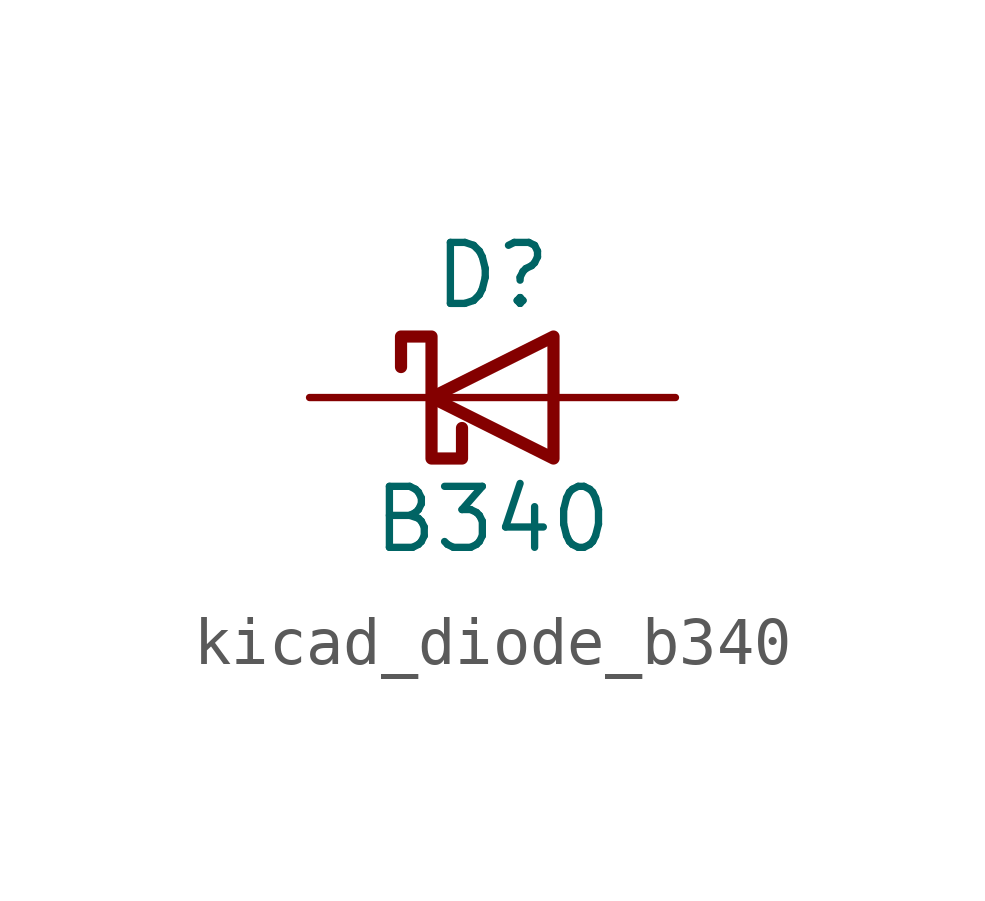
<source format=kicad_sym>
(kicad_symbol_lib
  (version 20220914)
  (generator kicad_symbol_editor)
  (symbol "kicad_diode_b340"
    (pin_numbers hide)
    (pin_names
      (offset 1.016) hide)
    (property "Reference" "D"
      (at 0 2.54 0)
      (effects (font (size 1.27 1.27))))
    (property "Value" "B340"
      (at 0 -2.54 0)
      (effects (font (size 1.27 1.27))))
    (symbol "kicad_diode_b340_0_1"
      (polyline (pts (xy 1.27 0) (xy -1.27 0)) (stroke (width 0) (type default)) (fill (type none)))
      (polyline (pts (xy 1.27 1.27) (xy 1.27 -1.27) (xy -1.27 0) (xy 1.27 1.27)) (stroke (width 0.254) (type default)) (fill (type none)))
      (polyline (pts (xy -1.905 0.635) (xy -1.905 1.27) (xy -1.27 1.27) (xy -1.27 -1.27) (xy -0.635 -1.27) (xy -0.635 -0.635)) (stroke (width 0.254) (type default)) (fill (type none))))
    (symbol "kicad_diode_b340_1_1"
      (pin passive line (at -3.81 0 0) (length 2.54) (name "K" (effects (font (size 1.27 1.27)))) (number "1" (effects (font (size 1.27 1.27)))))
      (pin passive line (at 3.81 0 180) (length 2.54) (name "A" (effects (font (size 1.27 1.27)))) (number "2" (effects (font (size 1.27 1.27))))))))
</source>
